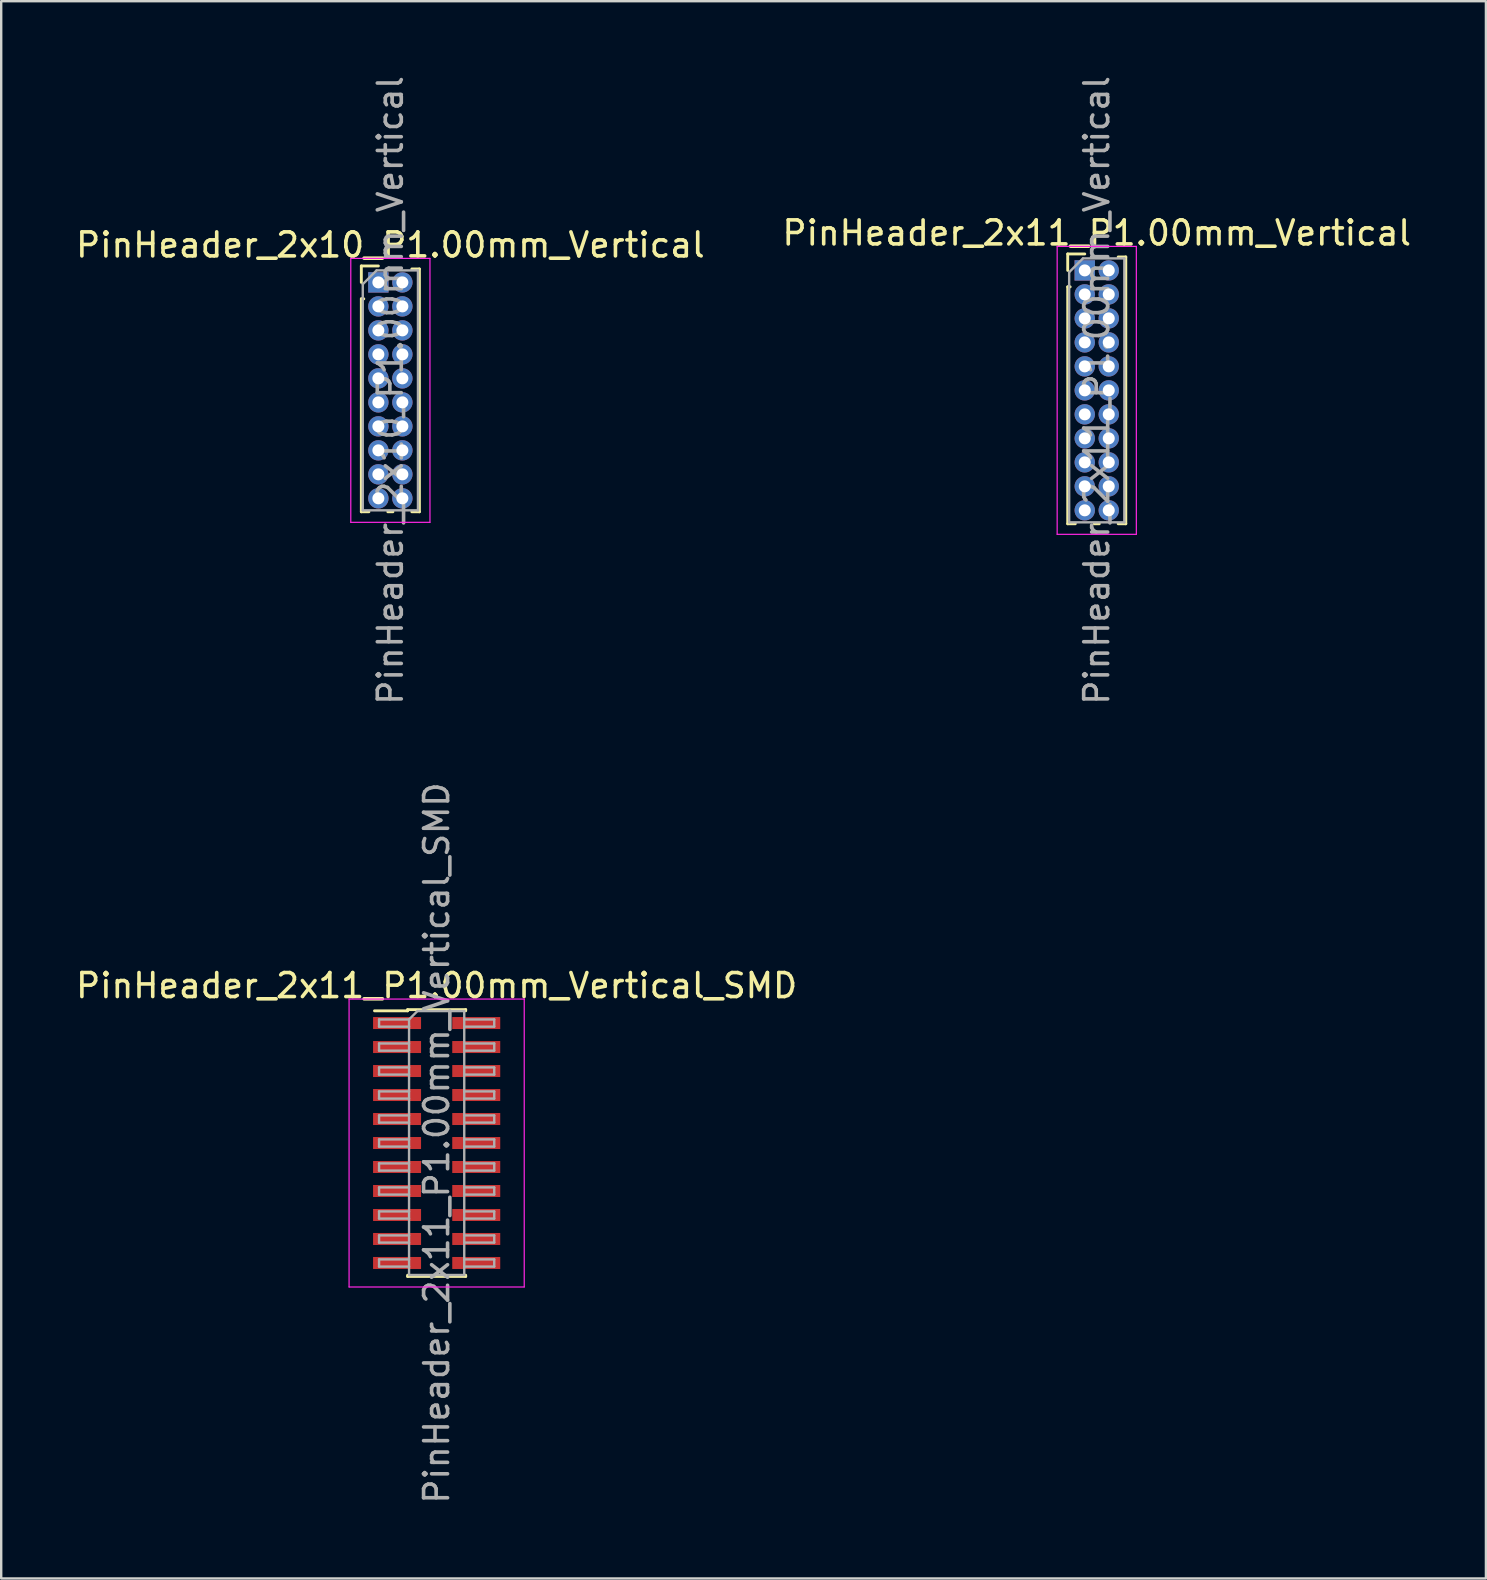
<source format=kicad_pcb>
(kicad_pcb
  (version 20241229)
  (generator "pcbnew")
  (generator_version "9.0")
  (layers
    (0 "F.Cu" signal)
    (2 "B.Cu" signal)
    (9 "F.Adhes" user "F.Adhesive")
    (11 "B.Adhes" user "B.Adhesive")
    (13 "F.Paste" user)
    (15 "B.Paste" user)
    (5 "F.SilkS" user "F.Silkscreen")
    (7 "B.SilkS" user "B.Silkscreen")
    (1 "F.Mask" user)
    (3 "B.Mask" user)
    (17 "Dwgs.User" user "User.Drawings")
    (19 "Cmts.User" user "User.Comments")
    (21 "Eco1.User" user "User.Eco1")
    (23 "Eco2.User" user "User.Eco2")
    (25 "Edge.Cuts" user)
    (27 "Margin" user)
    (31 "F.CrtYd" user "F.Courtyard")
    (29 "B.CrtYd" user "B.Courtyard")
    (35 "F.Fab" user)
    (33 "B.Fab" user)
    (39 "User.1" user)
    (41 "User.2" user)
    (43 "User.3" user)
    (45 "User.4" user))
  (footprint "PinHeader_2x11_P1.00mm_Vertical"
    (layer "F.Cu")
    (at 42.161 8.22)
    (property "Reference" "PinHeader_2x11_P1.00mm_Vertical" (at 0.5 -1.56 0) (layer "F.SilkS") (effects (font (size 1 1) (thickness 0.15))))
    (attr through_hole)
    (fp_line (start -0.71 -0.685) (end 0 -0.685) (stroke (width 0.12) (type solid)) (layer "F.SilkS"))
    (fp_line (start -0.71 0) (end -0.71 -0.685) (stroke (width 0.12) (type solid)) (layer "F.SilkS"))
    (fp_line (start -0.71 0.685) (end -0.71 10.56) (stroke (width 0.12) (type solid)) (layer "F.SilkS"))
    (fp_line (start -0.71 0.685) (end -0.608 0.685) (stroke (width 0.12) (type solid)) (layer "F.SilkS"))
    (fp_line (start -0.71 10.56) (end -0.394 10.56) (stroke (width 0.12) (type solid)) (layer "F.SilkS"))
    (fp_line (start 0.394 10.56) (end 0.606 10.56) (stroke (width 0.12) (type solid)) (layer "F.SilkS"))
    (fp_line (start 1.394 -0.56) (end 1.71 -0.56) (stroke (width 0.12) (type solid)) (layer "F.SilkS"))
    (fp_line (start 1.394 10.56) (end 1.71 10.56) (stroke (width 0.12) (type solid)) (layer "F.SilkS"))
    (fp_line (start 1.71 -0.56) (end 1.71 10.56) (stroke (width 0.12) (type solid)) (layer "F.SilkS"))
    (fp_line (start -1.15 -1) (end -1.15 11) (stroke (width 0.05) (type solid)) (layer "F.CrtYd"))
    (fp_line (start -1.15 11) (end 2.15 11) (stroke (width 0.05) (type solid)) (layer "F.CrtYd"))
    (fp_line (start 2.15 -1) (end -1.15 -1) (stroke (width 0.05) (type solid)) (layer "F.CrtYd"))
    (fp_line (start 2.15 11) (end 2.15 -1) (stroke (width 0.05) (type solid)) (layer "F.CrtYd"))
    (fp_line (start -0.65 0.075) (end -0.075 -0.5) (stroke (width 0.1) (type solid)) (layer "F.Fab"))
    (fp_line (start -0.65 10.5) (end -0.65 0.075) (stroke (width 0.1) (type solid)) (layer "F.Fab"))
    (fp_line (start -0.075 -0.5) (end 1.65 -0.5) (stroke (width 0.1) (type solid)) (layer "F.Fab"))
    (fp_line (start 1.65 -0.5) (end 1.65 10.5) (stroke (width 0.1) (type solid)) (layer "F.Fab"))
    (fp_line (start 1.65 10.5) (end -0.65 10.5) (stroke (width 0.1) (type solid)) (layer "F.Fab"))
    (fp_text user "${REFERENCE}" (at 0.5 5 90) (layer "F.Fab") (effects (font (size 1 1) (thickness 0.15))))
    (pad "1" thru_hole rect (at 0 0) (size 0.85 0.85) (drill 0.5) (layers "*.Cu" "*.Mask"))
    (pad "2" thru_hole oval (at 1 0) (size 0.85 0.85) (drill 0.5) (layers "*.Cu" "*.Mask"))
    (pad "3" thru_hole oval (at 0 1) (size 0.85 0.85) (drill 0.5) (layers "*.Cu" "*.Mask"))
    (pad "4" thru_hole oval (at 1 1) (size 0.85 0.85) (drill 0.5) (layers "*.Cu" "*.Mask"))
    (pad "5" thru_hole oval (at 0 2) (size 0.85 0.85) (drill 0.5) (layers "*.Cu" "*.Mask"))
    (pad "6" thru_hole oval (at 1 2) (size 0.85 0.85) (drill 0.5) (layers "*.Cu" "*.Mask"))
    (pad "7" thru_hole oval (at 0 3) (size 0.85 0.85) (drill 0.5) (layers "*.Cu" "*.Mask"))
    (pad "8" thru_hole oval (at 1 3) (size 0.85 0.85) (drill 0.5) (layers "*.Cu" "*.Mask"))
    (pad "9" thru_hole oval (at 0 4) (size 0.85 0.85) (drill 0.5) (layers "*.Cu" "*.Mask"))
    (pad "10" thru_hole oval (at 1 4) (size 0.85 0.85) (drill 0.5) (layers "*.Cu" "*.Mask"))
    (pad "11" thru_hole oval (at 0 5) (size 0.85 0.85) (drill 0.5) (layers "*.Cu" "*.Mask"))
    (pad "12" thru_hole oval (at 1 5) (size 0.85 0.85) (drill 0.5) (layers "*.Cu" "*.Mask"))
    (pad "13" thru_hole oval (at 0 6) (size 0.85 0.85) (drill 0.5) (layers "*.Cu" "*.Mask"))
    (pad "14" thru_hole oval (at 1 6) (size 0.85 0.85) (drill 0.5) (layers "*.Cu" "*.Mask"))
    (pad "15" thru_hole oval (at 0 7) (size 0.85 0.85) (drill 0.5) (layers "*.Cu" "*.Mask"))
    (pad "16" thru_hole oval (at 1 7) (size 0.85 0.85) (drill 0.5) (layers "*.Cu" "*.Mask"))
    (pad "17" thru_hole oval (at 0 8) (size 0.85 0.85) (drill 0.5) (layers "*.Cu" "*.Mask"))
    (pad "18" thru_hole oval (at 1 8) (size 0.85 0.85) (drill 0.5) (layers "*.Cu" "*.Mask"))
    (pad "19" thru_hole oval (at 0 9) (size 0.85 0.85) (drill 0.5) (layers "*.Cu" "*.Mask"))
    (pad "20" thru_hole oval (at 1 9) (size 0.85 0.85) (drill 0.5) (layers "*.Cu" "*.Mask"))
    (pad "21" thru_hole oval (at 0 10) (size 0.85 0.85) (drill 0.5) (layers "*.Cu" "*.Mask"))
    (pad "22" thru_hole oval (at 1 10) (size 0.85 0.85) (drill 0.5) (layers "*.Cu" "*.Mask")))
  (footprint "PinHeader_2x11_P1.00mm_Vertical_SMD"
    (layer "F.Cu")
    (at 15.149 44.589)
    (property "Reference" "PinHeader_2x11_P1.00mm_Vertical_SMD" (at 0 -6.56 0) (layer "F.SilkS") (effects (font (size 1 1) (thickness 0.15))))
    (attr smd)
    (fp_line (start -2.59 -5.51) (end -1.21 -5.51) (stroke (width 0.12) (type solid)) (layer "F.SilkS"))
    (fp_line (start -1.21 -5.56) (end -1.21 -5.51) (stroke (width 0.12) (type solid)) (layer "F.SilkS"))
    (fp_line (start -1.21 -5.56) (end 1.21 -5.56) (stroke (width 0.12) (type solid)) (layer "F.SilkS"))
    (fp_line (start -1.21 5.51) (end -1.21 5.56) (stroke (width 0.12) (type solid)) (layer "F.SilkS"))
    (fp_line (start -1.21 5.56) (end 1.21 5.56) (stroke (width 0.12) (type solid)) (layer "F.SilkS"))
    (fp_line (start 1.21 -5.56) (end 1.21 -5.51) (stroke (width 0.12) (type solid)) (layer "F.SilkS"))
    (fp_line (start 1.21 5.51) (end 1.21 5.56) (stroke (width 0.12) (type solid)) (layer "F.SilkS"))
    (fp_line (start -3.65 -6) (end -3.65 6) (stroke (width 0.05) (type solid)) (layer "F.CrtYd"))
    (fp_line (start -3.65 6) (end 3.65 6) (stroke (width 0.05) (type solid)) (layer "F.CrtYd"))
    (fp_line (start 3.65 -6) (end -3.65 -6) (stroke (width 0.05) (type solid)) (layer "F.CrtYd"))
    (fp_line (start 3.65 6) (end 3.65 -6) (stroke (width 0.05) (type solid)) (layer "F.CrtYd"))
    (fp_line (start -2.4 -5.15) (end -2.4 -4.85) (stroke (width 0.1) (type solid)) (layer "F.Fab"))
    (fp_line (start -2.4 -4.85) (end -1.15 -4.85) (stroke (width 0.1) (type solid)) (layer "F.Fab"))
    (fp_line (start -2.4 -4.15) (end -2.4 -3.85) (stroke (width 0.1) (type solid)) (layer "F.Fab"))
    (fp_line (start -2.4 -3.85) (end -1.15 -3.85) (stroke (width 0.1) (type solid)) (layer "F.Fab"))
    (fp_line (start -2.4 -3.15) (end -2.4 -2.85) (stroke (width 0.1) (type solid)) (layer "F.Fab"))
    (fp_line (start -2.4 -2.85) (end -1.15 -2.85) (stroke (width 0.1) (type solid)) (layer "F.Fab"))
    (fp_line (start -2.4 -2.15) (end -2.4 -1.85) (stroke (width 0.1) (type solid)) (layer "F.Fab"))
    (fp_line (start -2.4 -1.85) (end -1.15 -1.85) (stroke (width 0.1) (type solid)) (layer "F.Fab"))
    (fp_line (start -2.4 -1.15) (end -2.4 -0.85) (stroke (width 0.1) (type solid)) (layer "F.Fab"))
    (fp_line (start -2.4 -0.85) (end -1.15 -0.85) (stroke (width 0.1) (type solid)) (layer "F.Fab"))
    (fp_line (start -2.4 -0.15) (end -2.4 0.15) (stroke (width 0.1) (type solid)) (layer "F.Fab"))
    (fp_line (start -2.4 0.15) (end -1.15 0.15) (stroke (width 0.1) (type solid)) (layer "F.Fab"))
    (fp_line (start -2.4 0.85) (end -2.4 1.15) (stroke (width 0.1) (type solid)) (layer "F.Fab"))
    (fp_line (start -2.4 1.15) (end -1.15 1.15) (stroke (width 0.1) (type solid)) (layer "F.Fab"))
    (fp_line (start -2.4 1.85) (end -2.4 2.15) (stroke (width 0.1) (type solid)) (layer "F.Fab"))
    (fp_line (start -2.4 2.15) (end -1.15 2.15) (stroke (width 0.1) (type solid)) (layer "F.Fab"))
    (fp_line (start -2.4 2.85) (end -2.4 3.15) (stroke (width 0.1) (type solid)) (layer "F.Fab"))
    (fp_line (start -2.4 3.15) (end -1.15 3.15) (stroke (width 0.1) (type solid)) (layer "F.Fab"))
    (fp_line (start -2.4 3.85) (end -2.4 4.15) (stroke (width 0.1) (type solid)) (layer "F.Fab"))
    (fp_line (start -2.4 4.15) (end -1.15 4.15) (stroke (width 0.1) (type solid)) (layer "F.Fab"))
    (fp_line (start -2.4 4.85) (end -2.4 5.15) (stroke (width 0.1) (type solid)) (layer "F.Fab"))
    (fp_line (start -2.4 5.15) (end -1.15 5.15) (stroke (width 0.1) (type solid)) (layer "F.Fab"))
    (fp_line (start -1.15 -5.15) (end -2.4 -5.15) (stroke (width 0.1) (type solid)) (layer "F.Fab"))
    (fp_line (start -1.15 -5.15) (end -0.8 -5.5) (stroke (width 0.1) (type solid)) (layer "F.Fab"))
    (fp_line (start -1.15 -4.15) (end -2.4 -4.15) (stroke (width 0.1) (type solid)) (layer "F.Fab"))
    (fp_line (start -1.15 -3.15) (end -2.4 -3.15) (stroke (width 0.1) (type solid)) (layer "F.Fab"))
    (fp_line (start -1.15 -2.15) (end -2.4 -2.15) (stroke (width 0.1) (type solid)) (layer "F.Fab"))
    (fp_line (start -1.15 -1.15) (end -2.4 -1.15) (stroke (width 0.1) (type solid)) (layer "F.Fab"))
    (fp_line (start -1.15 -0.15) (end -2.4 -0.15) (stroke (width 0.1) (type solid)) (layer "F.Fab"))
    (fp_line (start -1.15 0.85) (end -2.4 0.85) (stroke (width 0.1) (type solid)) (layer "F.Fab"))
    (fp_line (start -1.15 1.85) (end -2.4 1.85) (stroke (width 0.1) (type solid)) (layer "F.Fab"))
    (fp_line (start -1.15 2.85) (end -2.4 2.85) (stroke (width 0.1) (type solid)) (layer "F.Fab"))
    (fp_line (start -1.15 3.85) (end -2.4 3.85) (stroke (width 0.1) (type solid)) (layer "F.Fab"))
    (fp_line (start -1.15 4.85) (end -2.4 4.85) (stroke (width 0.1) (type solid)) (layer "F.Fab"))
    (fp_line (start -1.15 5.5) (end -1.15 -5.15) (stroke (width 0.1) (type solid)) (layer "F.Fab"))
    (fp_line (start -0.8 -5.5) (end 1.15 -5.5) (stroke (width 0.1) (type solid)) (layer "F.Fab"))
    (fp_line (start 1.15 -5.5) (end 1.15 5.5) (stroke (width 0.1) (type solid)) (layer "F.Fab"))
    (fp_line (start 1.15 -5.15) (end 2.4 -5.15) (stroke (width 0.1) (type solid)) (layer "F.Fab"))
    (fp_line (start 1.15 -4.15) (end 2.4 -4.15) (stroke (width 0.1) (type solid)) (layer "F.Fab"))
    (fp_line (start 1.15 -3.15) (end 2.4 -3.15) (stroke (width 0.1) (type solid)) (layer "F.Fab"))
    (fp_line (start 1.15 -2.15) (end 2.4 -2.15) (stroke (width 0.1) (type solid)) (layer "F.Fab"))
    (fp_line (start 1.15 -1.15) (end 2.4 -1.15) (stroke (width 0.1) (type solid)) (layer "F.Fab"))
    (fp_line (start 1.15 -0.15) (end 2.4 -0.15) (stroke (width 0.1) (type solid)) (layer "F.Fab"))
    (fp_line (start 1.15 0.85) (end 2.4 0.85) (stroke (width 0.1) (type solid)) (layer "F.Fab"))
    (fp_line (start 1.15 1.85) (end 2.4 1.85) (stroke (width 0.1) (type solid)) (layer "F.Fab"))
    (fp_line (start 1.15 2.85) (end 2.4 2.85) (stroke (width 0.1) (type solid)) (layer "F.Fab"))
    (fp_line (start 1.15 3.85) (end 2.4 3.85) (stroke (width 0.1) (type solid)) (layer "F.Fab"))
    (fp_line (start 1.15 4.85) (end 2.4 4.85) (stroke (width 0.1) (type solid)) (layer "F.Fab"))
    (fp_line (start 1.15 5.5) (end -1.15 5.5) (stroke (width 0.1) (type solid)) (layer "F.Fab"))
    (fp_line (start 2.4 -5.15) (end 2.4 -4.85) (stroke (width 0.1) (type solid)) (layer "F.Fab"))
    (fp_line (start 2.4 -4.85) (end 1.15 -4.85) (stroke (width 0.1) (type solid)) (layer "F.Fab"))
    (fp_line (start 2.4 -4.15) (end 2.4 -3.85) (stroke (width 0.1) (type solid)) (layer "F.Fab"))
    (fp_line (start 2.4 -3.85) (end 1.15 -3.85) (stroke (width 0.1) (type solid)) (layer "F.Fab"))
    (fp_line (start 2.4 -3.15) (end 2.4 -2.85) (stroke (width 0.1) (type solid)) (layer "F.Fab"))
    (fp_line (start 2.4 -2.85) (end 1.15 -2.85) (stroke (width 0.1) (type solid)) (layer "F.Fab"))
    (fp_line (start 2.4 -2.15) (end 2.4 -1.85) (stroke (width 0.1) (type solid)) (layer "F.Fab"))
    (fp_line (start 2.4 -1.85) (end 1.15 -1.85) (stroke (width 0.1) (type solid)) (layer "F.Fab"))
    (fp_line (start 2.4 -1.15) (end 2.4 -0.85) (stroke (width 0.1) (type solid)) (layer "F.Fab"))
    (fp_line (start 2.4 -0.85) (end 1.15 -0.85) (stroke (width 0.1) (type solid)) (layer "F.Fab"))
    (fp_line (start 2.4 -0.15) (end 2.4 0.15) (stroke (width 0.1) (type solid)) (layer "F.Fab"))
    (fp_line (start 2.4 0.15) (end 1.15 0.15) (stroke (width 0.1) (type solid)) (layer "F.Fab"))
    (fp_line (start 2.4 0.85) (end 2.4 1.15) (stroke (width 0.1) (type solid)) (layer "F.Fab"))
    (fp_line (start 2.4 1.15) (end 1.15 1.15) (stroke (width 0.1) (type solid)) (layer "F.Fab"))
    (fp_line (start 2.4 1.85) (end 2.4 2.15) (stroke (width 0.1) (type solid)) (layer "F.Fab"))
    (fp_line (start 2.4 2.15) (end 1.15 2.15) (stroke (width 0.1) (type solid)) (layer "F.Fab"))
    (fp_line (start 2.4 2.85) (end 2.4 3.15) (stroke (width 0.1) (type solid)) (layer "F.Fab"))
    (fp_line (start 2.4 3.15) (end 1.15 3.15) (stroke (width 0.1) (type solid)) (layer "F.Fab"))
    (fp_line (start 2.4 3.85) (end 2.4 4.15) (stroke (width 0.1) (type solid)) (layer "F.Fab"))
    (fp_line (start 2.4 4.15) (end 1.15 4.15) (stroke (width 0.1) (type solid)) (layer "F.Fab"))
    (fp_line (start 2.4 4.85) (end 2.4 5.15) (stroke (width 0.1) (type solid)) (layer "F.Fab"))
    (fp_line (start 2.4 5.15) (end 1.15 5.15) (stroke (width 0.1) (type solid)) (layer "F.Fab"))
    (fp_text user "${REFERENCE}" (at 0 0 90) (layer "F.Fab") (effects (font (size 1 1) (thickness 0.15))))
    (pad "1" smd rect (at -1.65 -5) (size 2 0.5) (layers "F.Cu" "F.Mask" "F.Paste"))
    (pad "2" smd rect (at 1.65 -5) (size 2 0.5) (layers "F.Cu" "F.Mask" "F.Paste"))
    (pad "3" smd rect (at -1.65 -4) (size 2 0.5) (layers "F.Cu" "F.Mask" "F.Paste"))
    (pad "4" smd rect (at 1.65 -4) (size 2 0.5) (layers "F.Cu" "F.Mask" "F.Paste"))
    (pad "5" smd rect (at -1.65 -3) (size 2 0.5) (layers "F.Cu" "F.Mask" "F.Paste"))
    (pad "6" smd rect (at 1.65 -3) (size 2 0.5) (layers "F.Cu" "F.Mask" "F.Paste"))
    (pad "7" smd rect (at -1.65 -2) (size 2 0.5) (layers "F.Cu" "F.Mask" "F.Paste"))
    (pad "8" smd rect (at 1.65 -2) (size 2 0.5) (layers "F.Cu" "F.Mask" "F.Paste"))
    (pad "9" smd rect (at -1.65 -1) (size 2 0.5) (layers "F.Cu" "F.Mask" "F.Paste"))
    (pad "10" smd rect (at 1.65 -1) (size 2 0.5) (layers "F.Cu" "F.Mask" "F.Paste"))
    (pad "11" smd rect (at -1.65 0) (size 2 0.5) (layers "F.Cu" "F.Mask" "F.Paste"))
    (pad "12" smd rect (at 1.65 0) (size 2 0.5) (layers "F.Cu" "F.Mask" "F.Paste"))
    (pad "13" smd rect (at -1.65 1) (size 2 0.5) (layers "F.Cu" "F.Mask" "F.Paste"))
    (pad "14" smd rect (at 1.65 1) (size 2 0.5) (layers "F.Cu" "F.Mask" "F.Paste"))
    (pad "15" smd rect (at -1.65 2) (size 2 0.5) (layers "F.Cu" "F.Mask" "F.Paste"))
    (pad "16" smd rect (at 1.65 2) (size 2 0.5) (layers "F.Cu" "F.Mask" "F.Paste"))
    (pad "17" smd rect (at -1.65 3) (size 2 0.5) (layers "F.Cu" "F.Mask" "F.Paste"))
    (pad "18" smd rect (at 1.65 3) (size 2 0.5) (layers "F.Cu" "F.Mask" "F.Paste"))
    (pad "19" smd rect (at -1.65 4) (size 2 0.5) (layers "F.Cu" "F.Mask" "F.Paste"))
    (pad "20" smd rect (at 1.65 4) (size 2 0.5) (layers "F.Cu" "F.Mask" "F.Paste"))
    (pad "21" smd rect (at -1.65 5) (size 2 0.5) (layers "F.Cu" "F.Mask" "F.Paste"))
    (pad "22" smd rect (at 1.65 5) (size 2 0.5) (layers "F.Cu" "F.Mask" "F.Paste")))
  (footprint "PinHeader_2x10_P1.00mm_Vertical"
    (layer "F.Cu")
    (at 12.72 8.72)
    (property "Reference" "PinHeader_2x10_P1.00mm_Vertical" (at 0.5 -1.56 0) (layer "F.SilkS") (effects (font (size 1 1) (thickness 0.15))))
    (attr through_hole)
    (fp_line (start -0.71 -0.685) (end 0 -0.685) (stroke (width 0.12) (type solid)) (layer "F.SilkS"))
    (fp_line (start -0.71 0) (end -0.71 -0.685) (stroke (width 0.12) (type solid)) (layer "F.SilkS"))
    (fp_line (start -0.71 0.685) (end -0.71 9.56) (stroke (width 0.12) (type solid)) (layer "F.SilkS"))
    (fp_line (start -0.71 0.685) (end -0.608 0.685) (stroke (width 0.12) (type solid)) (layer "F.SilkS"))
    (fp_line (start -0.71 9.56) (end -0.394 9.56) (stroke (width 0.12) (type solid)) (layer "F.SilkS"))
    (fp_line (start 0.394 9.56) (end 0.606 9.56) (stroke (width 0.12) (type solid)) (layer "F.SilkS"))
    (fp_line (start 1.394 -0.56) (end 1.71 -0.56) (stroke (width 0.12) (type solid)) (layer "F.SilkS"))
    (fp_line (start 1.394 9.56) (end 1.71 9.56) (stroke (width 0.12) (type solid)) (layer "F.SilkS"))
    (fp_line (start 1.71 -0.56) (end 1.71 9.56) (stroke (width 0.12) (type solid)) (layer "F.SilkS"))
    (fp_line (start -1.15 -1) (end -1.15 10) (stroke (width 0.05) (type solid)) (layer "F.CrtYd"))
    (fp_line (start -1.15 10) (end 2.15 10) (stroke (width 0.05) (type solid)) (layer "F.CrtYd"))
    (fp_line (start 2.15 -1) (end -1.15 -1) (stroke (width 0.05) (type solid)) (layer "F.CrtYd"))
    (fp_line (start 2.15 10) (end 2.15 -1) (stroke (width 0.05) (type solid)) (layer "F.CrtYd"))
    (fp_line (start -0.65 0.075) (end -0.075 -0.5) (stroke (width 0.1) (type solid)) (layer "F.Fab"))
    (fp_line (start -0.65 9.5) (end -0.65 0.075) (stroke (width 0.1) (type solid)) (layer "F.Fab"))
    (fp_line (start -0.075 -0.5) (end 1.65 -0.5) (stroke (width 0.1) (type solid)) (layer "F.Fab"))
    (fp_line (start 1.65 -0.5) (end 1.65 9.5) (stroke (width 0.1) (type solid)) (layer "F.Fab"))
    (fp_line (start 1.65 9.5) (end -0.65 9.5) (stroke (width 0.1) (type solid)) (layer "F.Fab"))
    (fp_text user "${REFERENCE}" (at 0.5 4.5 90) (layer "F.Fab") (effects (font (size 1 1) (thickness 0.15))))
    (pad "1" thru_hole rect (at 0 0) (size 0.85 0.85) (drill 0.5) (layers "*.Cu" "*.Mask"))
    (pad "2" thru_hole oval (at 1 0) (size 0.85 0.85) (drill 0.5) (layers "*.Cu" "*.Mask"))
    (pad "3" thru_hole oval (at 0 1) (size 0.85 0.85) (drill 0.5) (layers "*.Cu" "*.Mask"))
    (pad "4" thru_hole oval (at 1 1) (size 0.85 0.85) (drill 0.5) (layers "*.Cu" "*.Mask"))
    (pad "5" thru_hole oval (at 0 2) (size 0.85 0.85) (drill 0.5) (layers "*.Cu" "*.Mask"))
    (pad "6" thru_hole oval (at 1 2) (size 0.85 0.85) (drill 0.5) (layers "*.Cu" "*.Mask"))
    (pad "7" thru_hole oval (at 0 3) (size 0.85 0.85) (drill 0.5) (layers "*.Cu" "*.Mask"))
    (pad "8" thru_hole oval (at 1 3) (size 0.85 0.85) (drill 0.5) (layers "*.Cu" "*.Mask"))
    (pad "9" thru_hole oval (at 0 4) (size 0.85 0.85) (drill 0.5) (layers "*.Cu" "*.Mask"))
    (pad "10" thru_hole oval (at 1 4) (size 0.85 0.85) (drill 0.5) (layers "*.Cu" "*.Mask"))
    (pad "11" thru_hole oval (at 0 5) (size 0.85 0.85) (drill 0.5) (layers "*.Cu" "*.Mask"))
    (pad "12" thru_hole oval (at 1 5) (size 0.85 0.85) (drill 0.5) (layers "*.Cu" "*.Mask"))
    (pad "13" thru_hole oval (at 0 6) (size 0.85 0.85) (drill 0.5) (layers "*.Cu" "*.Mask"))
    (pad "14" thru_hole oval (at 1 6) (size 0.85 0.85) (drill 0.5) (layers "*.Cu" "*.Mask"))
    (pad "15" thru_hole oval (at 0 7) (size 0.85 0.85) (drill 0.5) (layers "*.Cu" "*.Mask"))
    (pad "16" thru_hole oval (at 1 7) (size 0.85 0.85) (drill 0.5) (layers "*.Cu" "*.Mask"))
    (pad "17" thru_hole oval (at 0 8) (size 0.85 0.85) (drill 0.5) (layers "*.Cu" "*.Mask"))
    (pad "18" thru_hole oval (at 1 8) (size 0.85 0.85) (drill 0.5) (layers "*.Cu" "*.Mask"))
    (pad "19" thru_hole oval (at 0 9) (size 0.85 0.85) (drill 0.5) (layers "*.Cu" "*.Mask"))
    (pad "20" thru_hole oval (at 1 9) (size 0.85 0.85) (drill 0.5) (layers "*.Cu" "*.Mask")))
  (gr_rect
    (start -3 -3)
    (end 58.881 62.738)
    (stroke (width 0.1) (type default))
    (fill no)
    (layer "Edge.Cuts")))
</source>
